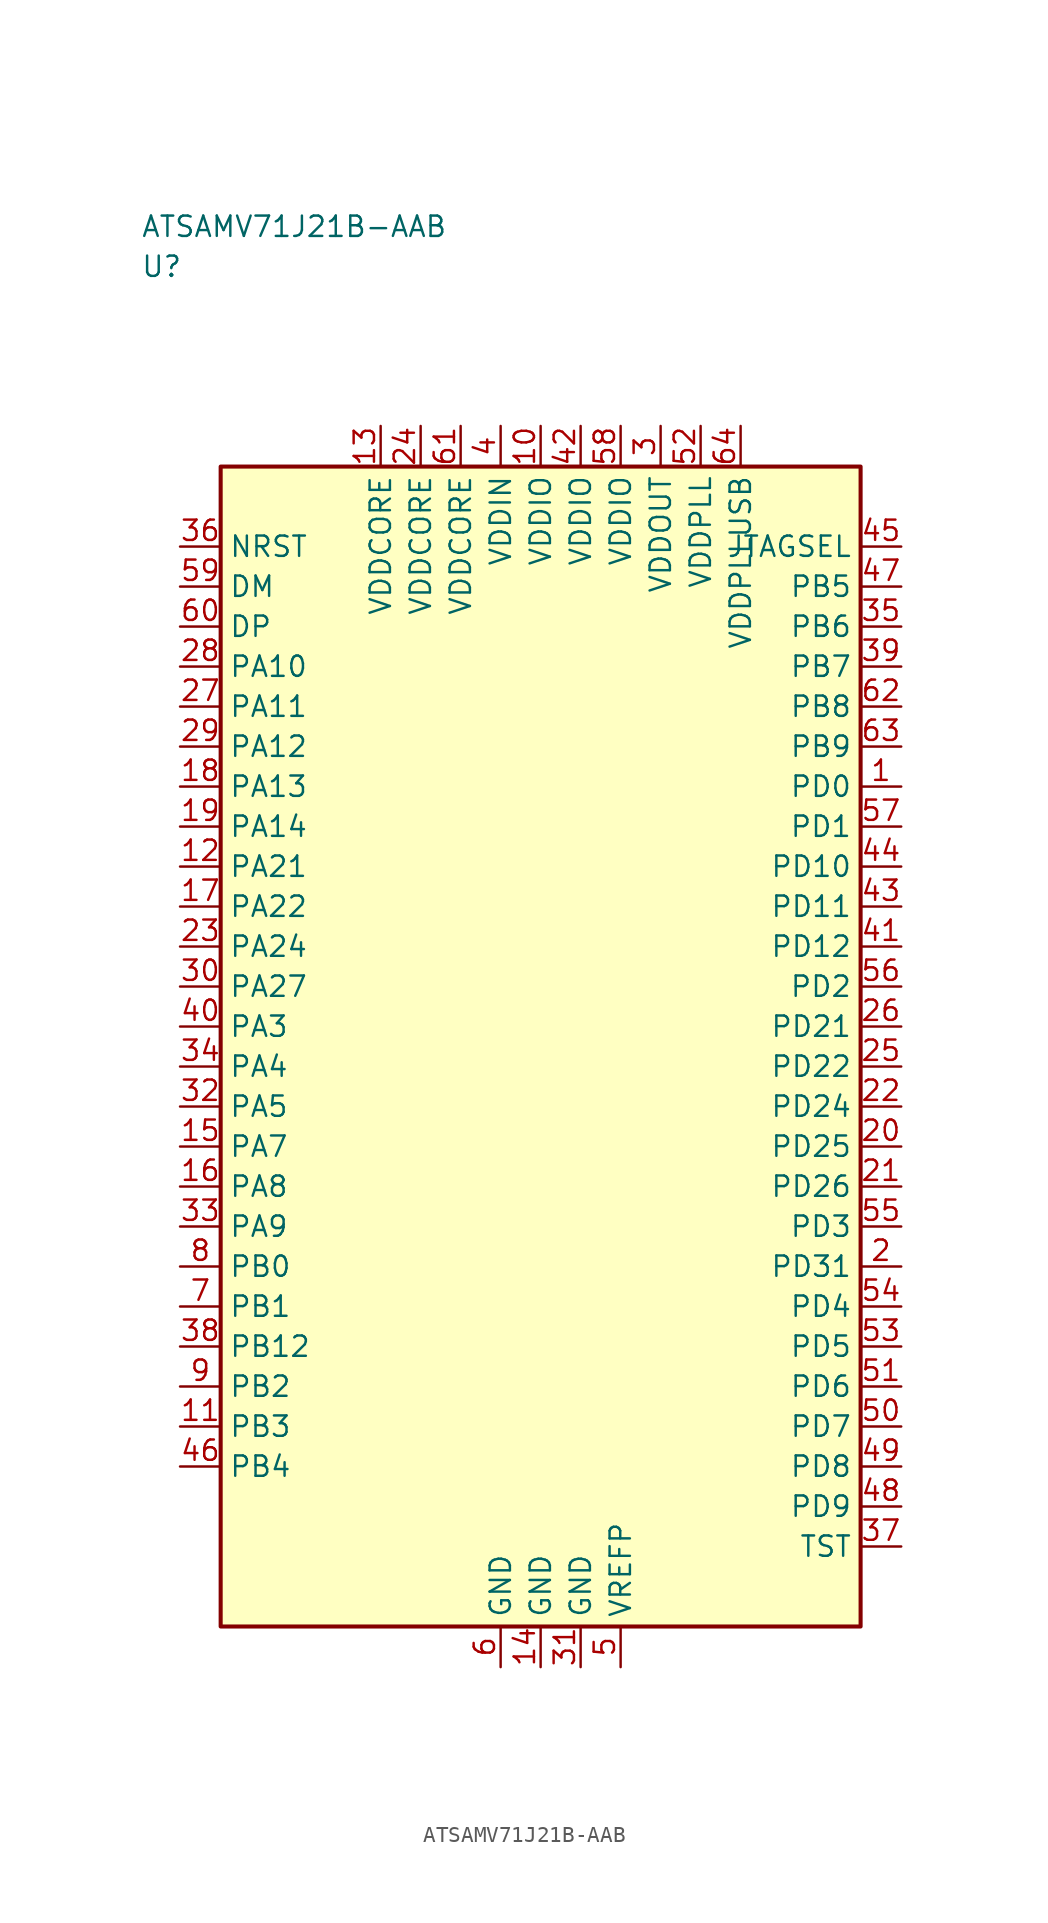
<source format=kicad_sym>
(kicad_symbol_lib
  (version 20241025)
  (generator "kicad_symbol_editor")
  (generator_version "8.0")
  (symbol "ATSAMV71J21B-AAB"
    (property "Reference" "U"
      (at -25.0 48.75 0)
      (effects (font (size 1.27 1.27)) (justify left)))
    (property "Value" "ATSAMV71J21B-AAB"
      (at -25.0 51.25 0)
      (effects (font (size 1.27 1.27)) (justify left)))
    (symbol "ATSAMV71J21B-AAB_0_1"
      (rectangle (start -20.0 36.25) (end 20.0 -36.25) (stroke (width 0.254) (type default)) (fill (type background))))
    (symbol "ATSAMV71J21B-AAB_1_1"
      (pin bidirectional line (at -22.54 1.25 0.0) (length 2.54) (name "PA3" (effects (font (size 1.27 1.27)))) (number "40" (effects (font (size 1.27 1.27)))))
      (pin bidirectional line (at -22.54 -1.25 0.0) (length 2.54) (name "PA4" (effects (font (size 1.27 1.27)))) (number "34" (effects (font (size 1.27 1.27)))))
      (pin bidirectional line (at -22.54 -3.75 0.0) (length 2.54) (name "PA5" (effects (font (size 1.27 1.27)))) (number "32" (effects (font (size 1.27 1.27)))))
      (pin bidirectional line (at -22.54 -6.25 0.0) (length 2.54) (name "PA7" (effects (font (size 1.27 1.27)))) (number "15" (effects (font (size 1.27 1.27)))))
      (pin bidirectional line (at -22.54 -8.75 0.0) (length 2.54) (name "PA8" (effects (font (size 1.27 1.27)))) (number "16" (effects (font (size 1.27 1.27)))))
      (pin bidirectional line (at -22.54 -11.25 0.0) (length 2.54) (name "PA9" (effects (font (size 1.27 1.27)))) (number "33" (effects (font (size 1.27 1.27)))))
      (pin bidirectional line (at -22.54 23.75 0.0) (length 2.54) (name "PA10" (effects (font (size 1.27 1.27)))) (number "28" (effects (font (size 1.27 1.27)))))
      (pin bidirectional line (at -22.54 21.25 0.0) (length 2.54) (name "PA11" (effects (font (size 1.27 1.27)))) (number "27" (effects (font (size 1.27 1.27)))))
      (pin bidirectional line (at -22.54 18.75 0.0) (length 2.54) (name "PA12" (effects (font (size 1.27 1.27)))) (number "29" (effects (font (size 1.27 1.27)))))
      (pin bidirectional line (at -22.54 16.25 0.0) (length 2.54) (name "PA13" (effects (font (size 1.27 1.27)))) (number "18" (effects (font (size 1.27 1.27)))))
      (pin bidirectional line (at -22.54 13.75 0.0) (length 2.54) (name "PA14" (effects (font (size 1.27 1.27)))) (number "19" (effects (font (size 1.27 1.27)))))
      (pin bidirectional line (at -22.54 11.25 0.0) (length 2.54) (name "PA21" (effects (font (size 1.27 1.27)))) (number "12" (effects (font (size 1.27 1.27)))))
      (pin bidirectional line (at -22.54 8.75 0.0) (length 2.54) (name "PA22" (effects (font (size 1.27 1.27)))) (number "17" (effects (font (size 1.27 1.27)))))
      (pin bidirectional line (at -22.54 6.25 0.0) (length 2.54) (name "PA24" (effects (font (size 1.27 1.27)))) (number "23" (effects (font (size 1.27 1.27)))))
      (pin bidirectional line (at -22.54 3.75 0.0) (length 2.54) (name "PA27" (effects (font (size 1.27 1.27)))) (number "30" (effects (font (size 1.27 1.27)))))
      (pin bidirectional line (at -22.54 -13.75 0.0) (length 2.54) (name "PB0" (effects (font (size 1.27 1.27)))) (number "8" (effects (font (size 1.27 1.27)))))
      (pin bidirectional line (at -22.54 -16.25 0.0) (length 2.54) (name "PB1" (effects (font (size 1.27 1.27)))) (number "7" (effects (font (size 1.27 1.27)))))
      (pin bidirectional line (at -22.54 -21.25 0.0) (length 2.54) (name "PB2" (effects (font (size 1.27 1.27)))) (number "9" (effects (font (size 1.27 1.27)))))
      (pin bidirectional line (at -22.54 -23.75 0.0) (length 2.54) (name "PB3" (effects (font (size 1.27 1.27)))) (number "11" (effects (font (size 1.27 1.27)))))
      (pin bidirectional line (at -22.54 -26.25 0.0) (length 2.54) (name "PB4" (effects (font (size 1.27 1.27)))) (number "46" (effects (font (size 1.27 1.27)))))
      (pin bidirectional line (at 22.54 28.75 180.0) (length 2.54) (name "PB5" (effects (font (size 1.27 1.27)))) (number "47" (effects (font (size 1.27 1.27)))))
      (pin bidirectional line (at 22.54 26.25 180.0) (length 2.54) (name "PB6" (effects (font (size 1.27 1.27)))) (number "35" (effects (font (size 1.27 1.27)))))
      (pin bidirectional line (at 22.54 23.75 180.0) (length 2.54) (name "PB7" (effects (font (size 1.27 1.27)))) (number "39" (effects (font (size 1.27 1.27)))))
      (pin bidirectional line (at 22.54 21.25 180.0) (length 2.54) (name "PB8" (effects (font (size 1.27 1.27)))) (number "62" (effects (font (size 1.27 1.27)))))
      (pin bidirectional line (at 22.54 18.75 180.0) (length 2.54) (name "PB9" (effects (font (size 1.27 1.27)))) (number "63" (effects (font (size 1.27 1.27)))))
      (pin bidirectional line (at -22.54 -18.75 0.0) (length 2.54) (name "PB12" (effects (font (size 1.27 1.27)))) (number "38" (effects (font (size 1.27 1.27)))))
      (pin bidirectional line (at 22.54 16.25 180.0) (length 2.54) (name "PD0" (effects (font (size 1.27 1.27)))) (number "1" (effects (font (size 1.27 1.27)))))
      (pin bidirectional line (at 22.54 13.75 180.0) (length 2.54) (name "PD1" (effects (font (size 1.27 1.27)))) (number "57" (effects (font (size 1.27 1.27)))))
      (pin bidirectional line (at 22.54 3.75 180.0) (length 2.54) (name "PD2" (effects (font (size 1.27 1.27)))) (number "56" (effects (font (size 1.27 1.27)))))
      (pin bidirectional line (at 22.54 -11.25 180.0) (length 2.54) (name "PD3" (effects (font (size 1.27 1.27)))) (number "55" (effects (font (size 1.27 1.27)))))
      (pin bidirectional line (at 22.54 -16.25 180.0) (length 2.54) (name "PD4" (effects (font (size 1.27 1.27)))) (number "54" (effects (font (size 1.27 1.27)))))
      (pin bidirectional line (at 22.54 -18.75 180.0) (length 2.54) (name "PD5" (effects (font (size 1.27 1.27)))) (number "53" (effects (font (size 1.27 1.27)))))
      (pin bidirectional line (at 22.54 -21.25 180.0) (length 2.54) (name "PD6" (effects (font (size 1.27 1.27)))) (number "51" (effects (font (size 1.27 1.27)))))
      (pin bidirectional line (at 22.54 -23.75 180.0) (length 2.54) (name "PD7" (effects (font (size 1.27 1.27)))) (number "50" (effects (font (size 1.27 1.27)))))
      (pin bidirectional line (at 22.54 -26.25 180.0) (length 2.54) (name "PD8" (effects (font (size 1.27 1.27)))) (number "49" (effects (font (size 1.27 1.27)))))
      (pin bidirectional line (at 22.54 -28.75 180.0) (length 2.54) (name "PD9" (effects (font (size 1.27 1.27)))) (number "48" (effects (font (size 1.27 1.27)))))
      (pin bidirectional line (at 22.54 11.25 180.0) (length 2.54) (name "PD10" (effects (font (size 1.27 1.27)))) (number "44" (effects (font (size 1.27 1.27)))))
      (pin bidirectional line (at 22.54 8.75 180.0) (length 2.54) (name "PD11" (effects (font (size 1.27 1.27)))) (number "43" (effects (font (size 1.27 1.27)))))
      (pin bidirectional line (at 22.54 6.25 180.0) (length 2.54) (name "PD12" (effects (font (size 1.27 1.27)))) (number "41" (effects (font (size 1.27 1.27)))))
      (pin bidirectional line (at 22.54 1.25 180.0) (length 2.54) (name "PD21" (effects (font (size 1.27 1.27)))) (number "26" (effects (font (size 1.27 1.27)))))
      (pin bidirectional line (at 22.54 -1.25 180.0) (length 2.54) (name "PD22" (effects (font (size 1.27 1.27)))) (number "25" (effects (font (size 1.27 1.27)))))
      (pin bidirectional line (at 22.54 -3.75 180.0) (length 2.54) (name "PD24" (effects (font (size 1.27 1.27)))) (number "22" (effects (font (size 1.27 1.27)))))
      (pin bidirectional line (at 22.54 -6.25 180.0) (length 2.54) (name "PD25" (effects (font (size 1.27 1.27)))) (number "20" (effects (font (size 1.27 1.27)))))
      (pin bidirectional line (at 22.54 -8.75 180.0) (length 2.54) (name "PD26" (effects (font (size 1.27 1.27)))) (number "21" (effects (font (size 1.27 1.27)))))
      (pin bidirectional line (at 22.54 -13.75 180.0) (length 2.54) (name "PD31" (effects (font (size 1.27 1.27)))) (number "2" (effects (font (size 1.27 1.27)))))
      (pin power_in line (at 7.5 38.79 270.0) (length 2.54) (name "VDDOUT" (effects (font (size 1.27 1.27)))) (number "3" (effects (font (size 1.27 1.27)))))
      (pin power_in line (at -2.5 38.79 270.0) (length 2.54) (name "VDDIN" (effects (font (size 1.27 1.27)))) (number "4" (effects (font (size 1.27 1.27)))))
      (pin passive line (at 5.0 -38.79 90.0) (length 2.54) (name "VREFP" (effects (font (size 1.27 1.27)))) (number "5" (effects (font (size 1.27 1.27)))))
      (pin input line (at -22.54 31.25 0.0) (length 2.54) (name "NRST" (effects (font (size 1.27 1.27)))) (number "36" (effects (font (size 1.27 1.27)))))
      (pin bidirectional line (at 22.54 -31.25 180.0) (length 2.54) (name "TST" (effects (font (size 1.27 1.27)))) (number "37" (effects (font (size 1.27 1.27)))))
      (pin power_in line (at 0.0 38.79 270.0) (length 2.54) (name "VDDIO" (effects (font (size 1.27 1.27)))) (number "10" (effects (font (size 1.27 1.27)))))
      (pin power_in line (at 2.5 38.79 270.0) (length 2.54) (name "VDDIO" (effects (font (size 1.27 1.27)))) (number "42" (effects (font (size 1.27 1.27)))))
      (pin power_in line (at 5.0 38.79 270.0) (length 2.54) (name "VDDIO" (effects (font (size 1.27 1.27)))) (number "58" (effects (font (size 1.27 1.27)))))
      (pin output line (at 22.54 31.25 180.0) (length 2.54) (name "JTAGSEL" (effects (font (size 1.27 1.27)))) (number "45" (effects (font (size 1.27 1.27)))))
      (pin power_in line (at -10.0 38.79 270.0) (length 2.54) (name "VDDCORE" (effects (font (size 1.27 1.27)))) (number "13" (effects (font (size 1.27 1.27)))))
      (pin power_in line (at -7.5 38.79 270.0) (length 2.54) (name "VDDCORE" (effects (font (size 1.27 1.27)))) (number "24" (effects (font (size 1.27 1.27)))))
      (pin power_in line (at -5.0 38.79 270.0) (length 2.54) (name "VDDCORE" (effects (font (size 1.27 1.27)))) (number "61" (effects (font (size 1.27 1.27)))))
      (pin power_in line (at 10.0 38.79 270.0) (length 2.54) (name "VDDPLL" (effects (font (size 1.27 1.27)))) (number "52" (effects (font (size 1.27 1.27)))))
      (pin bidirectional line (at -22.54 28.75 0.0) (length 2.54) (name "DM" (effects (font (size 1.27 1.27)))) (number "59" (effects (font (size 1.27 1.27)))))
      (pin bidirectional line (at -22.54 26.25 0.0) (length 2.54) (name "DP" (effects (font (size 1.27 1.27)))) (number "60" (effects (font (size 1.27 1.27)))))
      (pin passive line (at -2.5 -38.79 90.0) (length 2.54) (name "GND" (effects (font (size 1.27 1.27)))) (number "6" (effects (font (size 1.27 1.27)))))
      (pin passive line (at 0.0 -38.79 90.0) (length 2.54) (name "GND" (effects (font (size 1.27 1.27)))) (number "14" (effects (font (size 1.27 1.27)))))
      (pin passive line (at 2.5 -38.79 90.0) (length 2.54) (name "GND" (effects (font (size 1.27 1.27)))) (number "31" (effects (font (size 1.27 1.27)))))
      (pin power_in line (at 12.5 38.79 270.0) (length 2.54) (name "VDDPLLUSB" (effects (font (size 1.27 1.27)))) (number "64" (effects (font (size 1.27 1.27))))))))
</source>
